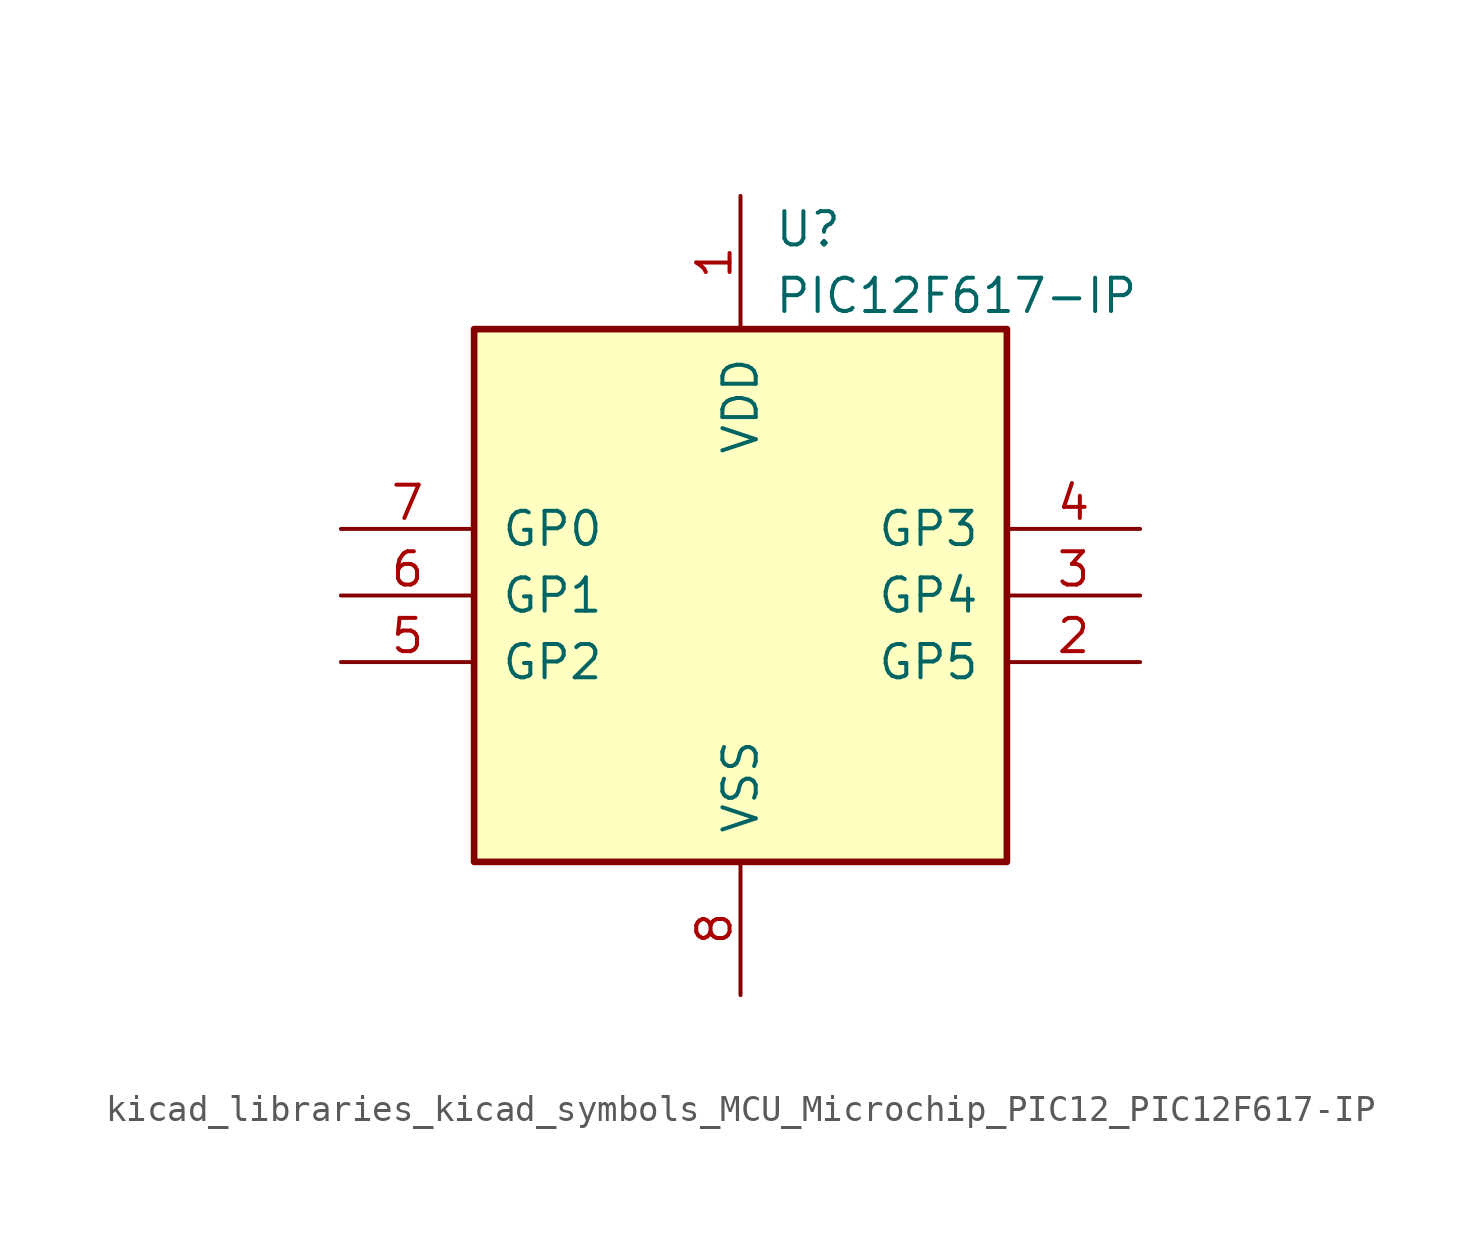
<source format=kicad_sym>
(kicad_symbol_lib
  (version 20220914)
  (generator kicad_symbol_editor)
  (symbol "kicad_libraries_kicad_symbols_MCU_Microchip_PIC12_PIC12F617-IP"
    (pin_names
      (offset 1.016))
    (property "Reference" "U"
      (at 1.27 13.97 0)
      (effects (font (size 1.27 1.27)) (justify left)))
    (property "Value" "PIC12F617-IP"
      (at 1.27 11.43 0)
      (effects (font (size 1.27 1.27)) (justify left)))
    (symbol "kicad_libraries_kicad_symbols_MCU_Microchip_PIC12_PIC12F617-IP_0_1"
      (rectangle (start 10.16 -10.16) (end -10.16 10.16) (stroke (width 0.254) (type default)) (fill (type background))))
    (symbol "kicad_libraries_kicad_symbols_MCU_Microchip_PIC12_PIC12F617-IP_1_1"
      (pin power_in line (at 0 15.24 270) (length 5.08) (name "VDD" (effects (font (size 1.27 1.27)))) (number "1" (effects (font (size 1.27 1.27)))))
      (pin bidirectional line (at 15.24 -2.54 180) (length 5.08) (name "GP5" (effects (font (size 1.27 1.27)))) (number "2" (effects (font (size 1.27 1.27)))))
      (pin bidirectional line (at 15.24 0 180) (length 5.08) (name "GP4" (effects (font (size 1.27 1.27)))) (number "3" (effects (font (size 1.27 1.27)))))
      (pin input line (at 15.24 2.54 180) (length 5.08) (name "GP3" (effects (font (size 1.27 1.27)))) (number "4" (effects (font (size 1.27 1.27)))))
      (pin bidirectional line (at -15.24 -2.54 0) (length 5.08) (name "GP2" (effects (font (size 1.27 1.27)))) (number "5" (effects (font (size 1.27 1.27)))))
      (pin bidirectional line (at -15.24 0 0) (length 5.08) (name "GP1" (effects (font (size 1.27 1.27)))) (number "6" (effects (font (size 1.27 1.27)))))
      (pin bidirectional line (at -15.24 2.54 0) (length 5.08) (name "GP0" (effects (font (size 1.27 1.27)))) (number "7" (effects (font (size 1.27 1.27)))))
      (pin power_in line (at 0 -15.24 90) (length 5.08) (name "VSS" (effects (font (size 1.27 1.27)))) (number "8" (effects (font (size 1.27 1.27))))))))
</source>
